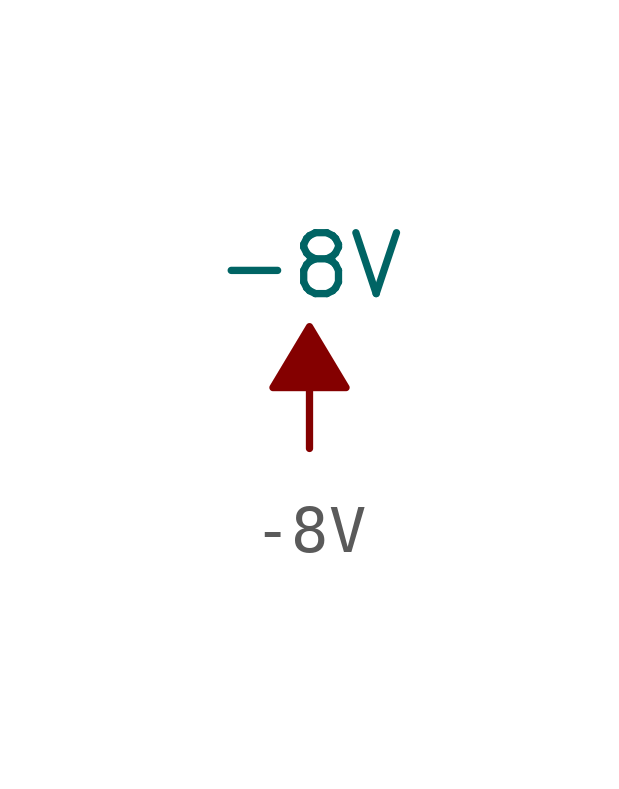
<source format=kicad_sym>
(kicad_symbol_lib
  (version 20220914)
  (generator kicad_symbol_editor)
  (symbol "-8V"
    (power)
    (pin_names
      (offset 0))
    (property "Reference" "#PWR"
      (at 0 2.54 0)
      (effects (font (size 1.27 1.27)) hide))
    (property "Value" "-8V"
      (at 0 3.81 0)
      (effects (font (size 1.27 1.27))))
    (symbol "-8V_0_0"
      (pin power_in line (at 0 0 90) (length 0) hide (name "-8V" (effects (font (size 1.27 1.27)))) (number "1" (effects (font (size 1.27 1.27))))))
    (symbol "-8V_0_1"
      (polyline (pts (xy 0 0) (xy 0 1.27) (xy 0.762 1.27) (xy 0 2.54) (xy -0.762 1.27) (xy 0 1.27)) (stroke (width 0) (type solid)) (fill (type outline))))))
</source>
